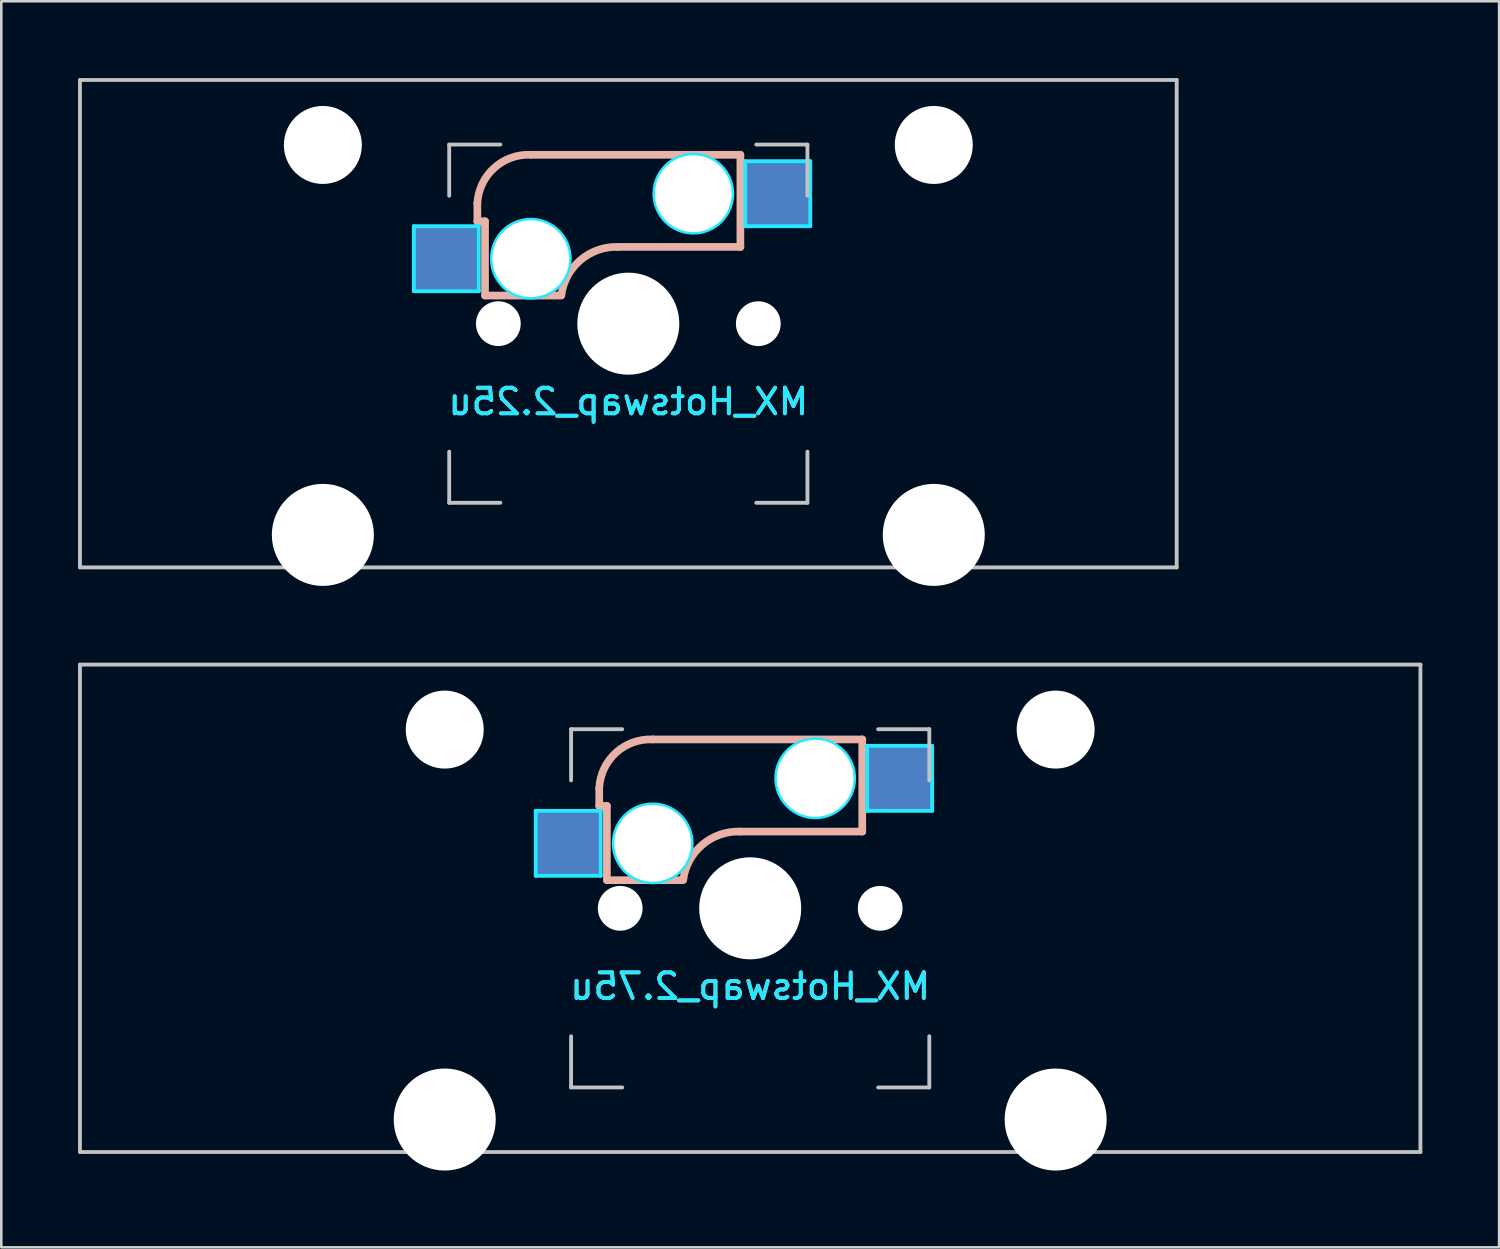
<source format=kicad_pcb>
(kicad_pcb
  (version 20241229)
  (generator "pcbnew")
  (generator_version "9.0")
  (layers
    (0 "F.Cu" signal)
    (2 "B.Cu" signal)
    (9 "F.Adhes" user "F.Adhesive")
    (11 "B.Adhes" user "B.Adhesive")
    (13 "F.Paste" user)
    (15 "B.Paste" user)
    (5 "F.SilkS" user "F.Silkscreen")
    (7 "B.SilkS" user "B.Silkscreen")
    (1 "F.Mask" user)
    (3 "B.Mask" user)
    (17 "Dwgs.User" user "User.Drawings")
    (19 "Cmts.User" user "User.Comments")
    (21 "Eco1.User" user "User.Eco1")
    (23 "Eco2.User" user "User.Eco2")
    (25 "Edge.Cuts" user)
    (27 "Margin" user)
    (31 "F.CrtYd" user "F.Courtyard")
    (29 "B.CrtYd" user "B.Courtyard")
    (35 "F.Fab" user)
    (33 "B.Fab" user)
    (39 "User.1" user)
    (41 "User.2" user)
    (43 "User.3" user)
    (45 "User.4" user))
  (footprint "MX_Hotswap_2.75u"
    (layer "F.Cu")
    (at 26.269 32.449)
    (property "Reference" "MX_Hotswap_2.75u" (at 0 3.048 0) (layer "B.CrtYd") (effects (font (size 1 1) (thickness 0.15)) (justify mirror)))
    (attr smd)
    (fp_line (start -5.9 -4.7) (end -5.9 -4) (stroke (width 0.3) (type solid)) (layer "B.SilkS"))
    (fp_line (start -5.9 -4) (end -5.6 -4) (stroke (width 0.3) (type solid)) (layer "B.SilkS"))
    (fp_line (start -5.6 -4) (end -5.6 -1.1) (stroke (width 0.3) (type solid)) (layer "B.SilkS"))
    (fp_line (start -5.6 -1.1) (end -2.62 -1.1) (stroke (width 0.3) (type solid)) (layer "B.SilkS"))
    (fp_line (start -0.4 -3) (end 4.38 -3) (stroke (width 0.3) (type solid)) (layer "B.SilkS"))
    (fp_line (start 4.38 -6.6) (end -3.8 -6.6) (stroke (width 0.3) (type solid)) (layer "B.SilkS"))
    (fp_line (start 4.38 -3) (end 4.38 -6.6) (stroke (width 0.3) (type solid)) (layer "B.SilkS"))
    (fp_arc (start -5.9 -4.699999) (mid -5.243504 -6.084924) (end -3.800001 -6.6) (stroke (width 0.3) (type solid)) (layer "B.SilkS"))
    (fp_arc (start -2.616318 -1.121471) (mid -1.868709 -2.486118) (end -0.4 -3) (stroke (width 0.3) (type solid)) (layer "B.SilkS"))
    (fp_line (start -26.194 -9.525) (end 26.194 -9.525) (stroke (width 0.15) (type solid)) (layer "Dwgs.User"))
    (fp_line (start -26.194 9.525) (end -26.194 -9.525) (stroke (width 0.15) (type solid)) (layer "Dwgs.User"))
    (fp_line (start -7 -7) (end -7 -5) (stroke (width 0.15) (type solid)) (layer "Dwgs.User"))
    (fp_line (start -7 5) (end -7 7) (stroke (width 0.15) (type solid)) (layer "Dwgs.User"))
    (fp_line (start -7 7) (end -5 7) (stroke (width 0.15) (type solid)) (layer "Dwgs.User"))
    (fp_line (start -5 -7) (end -7 -7) (stroke (width 0.15) (type solid)) (layer "Dwgs.User"))
    (fp_line (start 5 -7) (end 7 -7) (stroke (width 0.15) (type solid)) (layer "Dwgs.User"))
    (fp_line (start 5 7) (end 7 7) (stroke (width 0.15) (type solid)) (layer "Dwgs.User"))
    (fp_line (start 7 -7) (end 7 -5) (stroke (width 0.15) (type solid)) (layer "Dwgs.User"))
    (fp_line (start 7 7) (end 7 5) (stroke (width 0.15) (type solid)) (layer "Dwgs.User"))
    (fp_line (start 26.194 -9.525) (end 26.194 9.525) (stroke (width 0.15) (type solid)) (layer "Dwgs.User"))
    (fp_line (start 26.194 9.525) (end -26.194 9.525) (stroke (width 0.15) (type solid)) (layer "Dwgs.User"))
    (fp_line (start -8.382 -3.81) (end -5.842 -3.81) (stroke (width 0.15) (type solid)) (layer "B.CrtYd"))
    (fp_line (start -8.382 -1.27) (end -8.382 -3.81) (stroke (width 0.15) (type solid)) (layer "B.CrtYd"))
    (fp_line (start -5.842 -3.81) (end -5.842 -1.27) (stroke (width 0.15) (type solid)) (layer "B.CrtYd"))
    (fp_line (start -5.842 -1.27) (end -8.382 -1.27) (stroke (width 0.15) (type solid)) (layer "B.CrtYd"))
    (fp_line (start 4.572 -6.35) (end 7.112 -6.35) (stroke (width 0.15) (type solid)) (layer "B.CrtYd"))
    (fp_line (start 4.572 -3.81) (end 4.572 -6.35) (stroke (width 0.15) (type solid)) (layer "B.CrtYd"))
    (fp_line (start 7.112 -6.35) (end 7.112 -3.81) (stroke (width 0.15) (type solid)) (layer "B.CrtYd"))
    (fp_line (start 7.112 -3.81) (end 4.572 -3.81) (stroke (width 0.15) (type solid)) (layer "B.CrtYd"))
    (fp_circle (center -3.81 -2.54) (end -3.81 -4.064) (stroke (width 0.15) (type solid)) (fill no) (layer "B.CrtYd"))
    (fp_circle (center 2.54 -5.08) (end 2.54 -6.604) (stroke (width 0.15) (type solid)) (fill no) (layer "B.CrtYd"))
    (fp_text user "${REFERENCE}" (at 0 3.048 0) (layer "B.SilkS") (effects (font (size 1 1) (thickness 0.15)) (justify mirror)))
    (pad "" np_thru_hole circle (at -11.938 -6.985) (size 3.048 3.048) (drill 3.048) (layers "*.Cu" "*.Mask"))
    (pad "" np_thru_hole circle (at -11.938 8.255) (size 3.988 3.988) (drill 3.988) (layers "*.Cu" "*.Mask"))
    (pad "" np_thru_hole circle (at -5.08 0 48.1) (size 1.75 1.75) (drill 1.75) (layers "*.Cu" "*.Mask"))
    (pad "" np_thru_hole circle (at -3.81 -2.54) (size 3 3) (drill 3) (layers "*.Cu" "*.Mask"))
    (pad "" np_thru_hole circle (at 0 0) (size 3.988 3.988) (drill 3.988) (layers "*.Cu" "*.Mask"))
    (pad "" np_thru_hole circle (at 2.54 -5.08) (size 3 3) (drill 3) (layers "*.Cu" "*.Mask"))
    (pad "" np_thru_hole circle (at 5.08 0 48.1) (size 1.75 1.75) (drill 1.75) (layers "*.Cu" "*.Mask"))
    (pad "" np_thru_hole circle (at 11.938 -6.985) (size 3.048 3.048) (drill 3.048) (layers "*.Cu" "*.Mask"))
    (pad "" np_thru_hole circle (at 11.938 8.255) (size 3.988 3.988) (drill 3.988) (layers "*.Cu" "*.Mask"))
    (pad "1" smd rect (at -7.085 -2.54) (size 2.55 2.5) (layers "B.Cu" "B.Mask" "B.Paste"))
    (pad "2" smd rect (at 5.842 -5.08) (size 2.55 2.5) (layers "B.Cu" "B.Mask" "B.Paste")))
  (footprint "MX_Hotswap_2.25u"
    (layer "F.Cu")
    (at 21.506 9.6)
    (property "Reference" "MX_Hotswap_2.25u" (at 0 3.048 0) (layer "B.CrtYd") (effects (font (size 1 1) (thickness 0.15)) (justify mirror)))
    (attr smd)
    (fp_line (start -5.9 -4.7) (end -5.9 -4) (stroke (width 0.3) (type solid)) (layer "B.SilkS"))
    (fp_line (start -5.9 -4) (end -5.6 -4) (stroke (width 0.3) (type solid)) (layer "B.SilkS"))
    (fp_line (start -5.6 -4) (end -5.6 -1.1) (stroke (width 0.3) (type solid)) (layer "B.SilkS"))
    (fp_line (start -5.6 -1.1) (end -2.62 -1.1) (stroke (width 0.3) (type solid)) (layer "B.SilkS"))
    (fp_line (start -0.4 -3) (end 4.38 -3) (stroke (width 0.3) (type solid)) (layer "B.SilkS"))
    (fp_line (start 4.38 -6.6) (end -3.8 -6.6) (stroke (width 0.3) (type solid)) (layer "B.SilkS"))
    (fp_line (start 4.38 -3) (end 4.38 -6.6) (stroke (width 0.3) (type solid)) (layer "B.SilkS"))
    (fp_arc (start -5.9 -4.699999) (mid -5.243504 -6.084924) (end -3.800001 -6.6) (stroke (width 0.3) (type solid)) (layer "B.SilkS"))
    (fp_arc (start -2.616318 -1.121471) (mid -1.868709 -2.486118) (end -0.4 -3) (stroke (width 0.3) (type solid)) (layer "B.SilkS"))
    (fp_line (start -21.431 -9.525) (end 21.431 -9.525) (stroke (width 0.15) (type solid)) (layer "Dwgs.User"))
    (fp_line (start -21.431 9.525) (end -21.431 -9.525) (stroke (width 0.15) (type solid)) (layer "Dwgs.User"))
    (fp_line (start -7 -7) (end -7 -5) (stroke (width 0.15) (type solid)) (layer "Dwgs.User"))
    (fp_line (start -7 5) (end -7 7) (stroke (width 0.15) (type solid)) (layer "Dwgs.User"))
    (fp_line (start -7 7) (end -5 7) (stroke (width 0.15) (type solid)) (layer "Dwgs.User"))
    (fp_line (start -5 -7) (end -7 -7) (stroke (width 0.15) (type solid)) (layer "Dwgs.User"))
    (fp_line (start 5 -7) (end 7 -7) (stroke (width 0.15) (type solid)) (layer "Dwgs.User"))
    (fp_line (start 5 7) (end 7 7) (stroke (width 0.15) (type solid)) (layer "Dwgs.User"))
    (fp_line (start 7 -7) (end 7 -5) (stroke (width 0.15) (type solid)) (layer "Dwgs.User"))
    (fp_line (start 7 7) (end 7 5) (stroke (width 0.15) (type solid)) (layer "Dwgs.User"))
    (fp_line (start 21.431 -9.525) (end 21.431 9.525) (stroke (width 0.15) (type solid)) (layer "Dwgs.User"))
    (fp_line (start 21.431 9.525) (end -21.431 9.525) (stroke (width 0.15) (type solid)) (layer "Dwgs.User"))
    (fp_line (start -8.382 -3.81) (end -5.842 -3.81) (stroke (width 0.15) (type solid)) (layer "B.CrtYd"))
    (fp_line (start -8.382 -1.27) (end -8.382 -3.81) (stroke (width 0.15) (type solid)) (layer "B.CrtYd"))
    (fp_line (start -5.842 -3.81) (end -5.842 -1.27) (stroke (width 0.15) (type solid)) (layer "B.CrtYd"))
    (fp_line (start -5.842 -1.27) (end -8.382 -1.27) (stroke (width 0.15) (type solid)) (layer "B.CrtYd"))
    (fp_line (start 4.572 -6.35) (end 7.112 -6.35) (stroke (width 0.15) (type solid)) (layer "B.CrtYd"))
    (fp_line (start 4.572 -3.81) (end 4.572 -6.35) (stroke (width 0.15) (type solid)) (layer "B.CrtYd"))
    (fp_line (start 7.112 -6.35) (end 7.112 -3.81) (stroke (width 0.15) (type solid)) (layer "B.CrtYd"))
    (fp_line (start 7.112 -3.81) (end 4.572 -3.81) (stroke (width 0.15) (type solid)) (layer "B.CrtYd"))
    (fp_circle (center -3.81 -2.54) (end -3.81 -4.064) (stroke (width 0.15) (type solid)) (fill no) (layer "B.CrtYd"))
    (fp_circle (center 2.54 -5.08) (end 2.54 -6.604) (stroke (width 0.15) (type solid)) (fill no) (layer "B.CrtYd"))
    (fp_text user "${REFERENCE}" (at 0 3.048 0) (layer "B.SilkS") (effects (font (size 1 1) (thickness 0.15)) (justify mirror)))
    (pad "" np_thru_hole circle (at -11.938 -6.985) (size 3.048 3.048) (drill 3.048) (layers "*.Cu" "*.Mask"))
    (pad "" np_thru_hole circle (at -11.938 8.255) (size 3.988 3.988) (drill 3.988) (layers "*.Cu" "*.Mask"))
    (pad "" np_thru_hole circle (at -5.08 0 48.1) (size 1.75 1.75) (drill 1.75) (layers "*.Cu" "*.Mask"))
    (pad "" np_thru_hole circle (at -3.81 -2.54) (size 3 3) (drill 3) (layers "*.Cu" "*.Mask"))
    (pad "" np_thru_hole circle (at 0 0) (size 3.988 3.988) (drill 3.988) (layers "*.Cu" "*.Mask"))
    (pad "" np_thru_hole circle (at 2.54 -5.08) (size 3 3) (drill 3) (layers "*.Cu" "*.Mask"))
    (pad "" np_thru_hole circle (at 5.08 0 48.1) (size 1.75 1.75) (drill 1.75) (layers "*.Cu" "*.Mask"))
    (pad "" np_thru_hole circle (at 11.938 -6.985) (size 3.048 3.048) (drill 3.048) (layers "*.Cu" "*.Mask"))
    (pad "" np_thru_hole circle (at 11.938 8.255) (size 3.988 3.988) (drill 3.988) (layers "*.Cu" "*.Mask"))
    (pad "1" smd rect (at -7.085 -2.54) (size 2.55 2.5) (layers "B.Cu" "B.Mask" "B.Paste"))
    (pad "2" smd rect (at 5.842 -5.08) (size 2.55 2.5) (layers "B.Cu" "B.Mask" "B.Paste")))
  (gr_rect
    (start -3 -3)
    (end 55.538 45.698)
    (stroke (width 0.1) (type default))
    (fill no)
    (layer "Edge.Cuts")))
</source>
